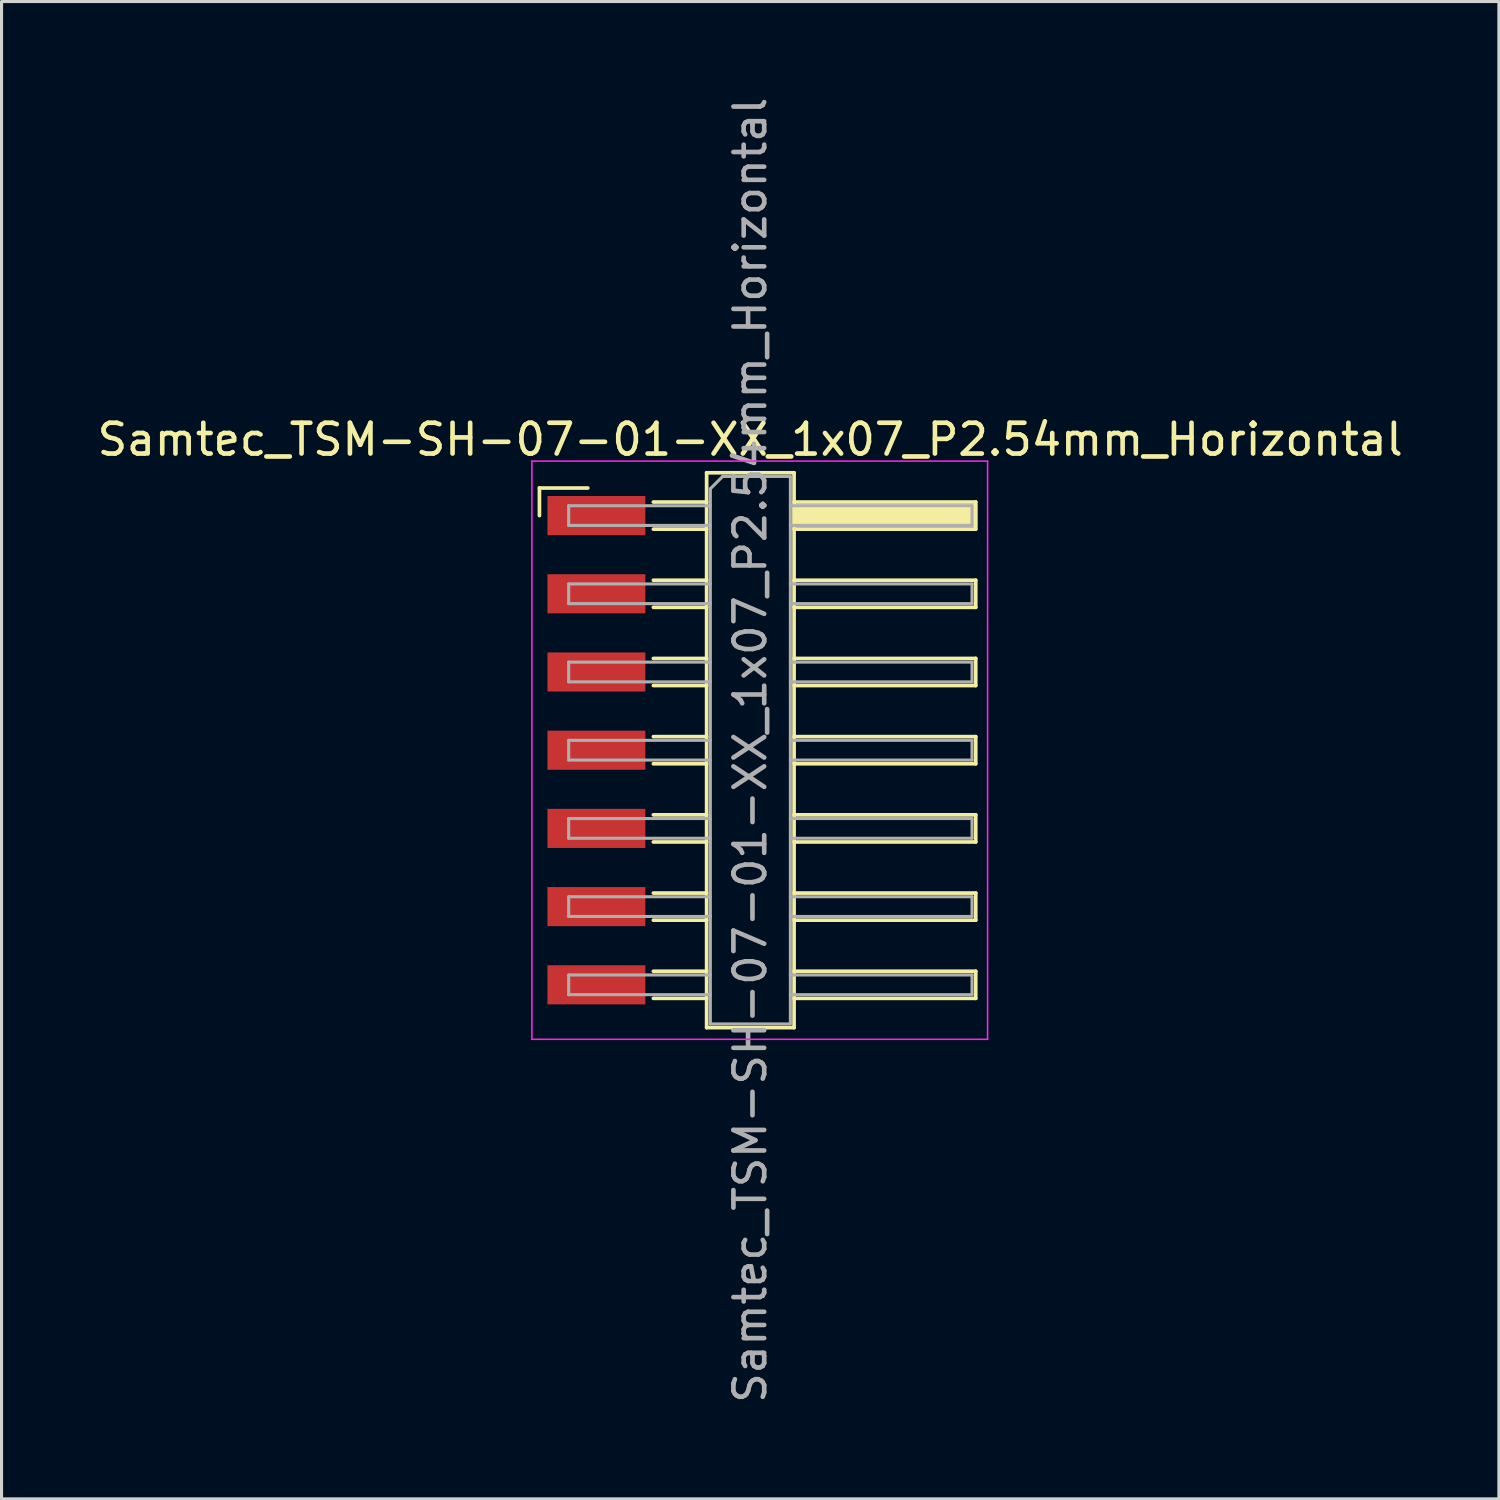
<source format=kicad_pcb>
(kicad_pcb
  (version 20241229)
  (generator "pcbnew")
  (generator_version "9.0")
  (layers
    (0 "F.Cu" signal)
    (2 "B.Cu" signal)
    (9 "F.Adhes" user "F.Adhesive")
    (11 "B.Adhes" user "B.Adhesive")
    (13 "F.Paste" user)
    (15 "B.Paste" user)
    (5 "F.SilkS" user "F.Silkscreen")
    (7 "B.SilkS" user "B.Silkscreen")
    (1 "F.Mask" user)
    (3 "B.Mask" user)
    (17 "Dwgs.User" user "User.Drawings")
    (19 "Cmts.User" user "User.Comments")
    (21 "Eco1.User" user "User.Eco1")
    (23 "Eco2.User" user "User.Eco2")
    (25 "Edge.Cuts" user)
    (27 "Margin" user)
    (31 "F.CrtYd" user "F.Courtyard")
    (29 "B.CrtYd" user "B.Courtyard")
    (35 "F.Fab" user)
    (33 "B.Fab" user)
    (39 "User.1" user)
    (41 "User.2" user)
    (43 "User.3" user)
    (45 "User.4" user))
  (footprint "Samtec_TSM-SH-07-01-XX_1x07_P2.54mm_Horizontal"
    (layer "F.Cu")
    (at 21.505 21.315)
    (property "Reference" "Samtec_TSM-SH-07-01-XX_1x07_P2.54mm_Horizontal" (at -0.19 -10.09 0) (layer "F.SilkS") (effects (font (size 1 1) (thickness 0.15))))
    (attr smd)
    (fp_line (start -7.035 -8.515) (end -5.465 -8.515) (stroke (width 0.12) (type solid)) (layer "F.SilkS"))
    (fp_line (start -7.035 -7.62) (end -7.035 -8.515) (stroke (width 0.12) (type solid)) (layer "F.SilkS"))
    (fp_line (start -3.335 -8.06) (end -1.605 -8.06) (stroke (width 0.12) (type solid)) (layer "F.SilkS"))
    (fp_line (start -3.335 -7.18) (end -1.605 -7.18) (stroke (width 0.12) (type solid)) (layer "F.SilkS"))
    (fp_line (start -3.335 -5.52) (end -1.605 -5.52) (stroke (width 0.12) (type solid)) (layer "F.SilkS"))
    (fp_line (start -3.335 -4.64) (end -1.605 -4.64) (stroke (width 0.12) (type solid)) (layer "F.SilkS"))
    (fp_line (start -3.335 -2.98) (end -1.605 -2.98) (stroke (width 0.12) (type solid)) (layer "F.SilkS"))
    (fp_line (start -3.335 -2.1) (end -1.605 -2.1) (stroke (width 0.12) (type solid)) (layer "F.SilkS"))
    (fp_line (start -3.335 -0.44) (end -1.605 -0.44) (stroke (width 0.12) (type solid)) (layer "F.SilkS"))
    (fp_line (start -3.335 0.44) (end -1.605 0.44) (stroke (width 0.12) (type solid)) (layer "F.SilkS"))
    (fp_line (start -3.335 2.1) (end -1.605 2.1) (stroke (width 0.12) (type solid)) (layer "F.SilkS"))
    (fp_line (start -3.335 2.98) (end -1.605 2.98) (stroke (width 0.12) (type solid)) (layer "F.SilkS"))
    (fp_line (start -3.335 4.64) (end -1.605 4.64) (stroke (width 0.12) (type solid)) (layer "F.SilkS"))
    (fp_line (start -3.335 5.52) (end -1.605 5.52) (stroke (width 0.12) (type solid)) (layer "F.SilkS"))
    (fp_line (start -3.335 7.18) (end -1.605 7.18) (stroke (width 0.12) (type solid)) (layer "F.SilkS"))
    (fp_line (start -3.335 8.06) (end -1.605 8.06) (stroke (width 0.12) (type solid)) (layer "F.SilkS"))
    (fp_line (start -1.605 -9.01) (end 1.235 -9.01) (stroke (width 0.12) (type solid)) (layer "F.SilkS"))
    (fp_line (start -1.605 9.01) (end -1.605 -9.01) (stroke (width 0.12) (type solid)) (layer "F.SilkS"))
    (fp_line (start 1.235 -9.01) (end 1.235 9.01) (stroke (width 0.12) (type solid)) (layer "F.SilkS"))
    (fp_line (start 1.235 -8.06) (end 7.135 -8.06) (stroke (width 0.12) (type solid)) (layer "F.SilkS"))
    (fp_line (start 1.235 -5.52) (end 7.135 -5.52) (stroke (width 0.12) (type solid)) (layer "F.SilkS"))
    (fp_line (start 1.235 -2.98) (end 7.135 -2.98) (stroke (width 0.12) (type solid)) (layer "F.SilkS"))
    (fp_line (start 1.235 -0.44) (end 7.135 -0.44) (stroke (width 0.12) (type solid)) (layer "F.SilkS"))
    (fp_line (start 1.235 2.1) (end 7.135 2.1) (stroke (width 0.12) (type solid)) (layer "F.SilkS"))
    (fp_line (start 1.235 4.64) (end 7.135 4.64) (stroke (width 0.12) (type solid)) (layer "F.SilkS"))
    (fp_line (start 1.235 7.18) (end 7.135 7.18) (stroke (width 0.12) (type solid)) (layer "F.SilkS"))
    (fp_line (start 1.235 9.01) (end -1.605 9.01) (stroke (width 0.12) (type solid)) (layer "F.SilkS"))
    (fp_line (start 7.135 -8.06) (end 7.135 -7.18) (stroke (width 0.12) (type solid)) (layer "F.SilkS"))
    (fp_line (start 7.135 -7.18) (end 1.235 -7.18) (stroke (width 0.12) (type solid)) (layer "F.SilkS"))
    (fp_line (start 7.135 -5.52) (end 7.135 -4.64) (stroke (width 0.12) (type solid)) (layer "F.SilkS"))
    (fp_line (start 7.135 -4.64) (end 1.235 -4.64) (stroke (width 0.12) (type solid)) (layer "F.SilkS"))
    (fp_line (start 7.135 -2.98) (end 7.135 -2.1) (stroke (width 0.12) (type solid)) (layer "F.SilkS"))
    (fp_line (start 7.135 -2.1) (end 1.235 -2.1) (stroke (width 0.12) (type solid)) (layer "F.SilkS"))
    (fp_line (start 7.135 -0.44) (end 7.135 0.44) (stroke (width 0.12) (type solid)) (layer "F.SilkS"))
    (fp_line (start 7.135 0.44) (end 1.235 0.44) (stroke (width 0.12) (type solid)) (layer "F.SilkS"))
    (fp_line (start 7.135 2.1) (end 7.135 2.98) (stroke (width 0.12) (type solid)) (layer "F.SilkS"))
    (fp_line (start 7.135 2.98) (end 1.235 2.98) (stroke (width 0.12) (type solid)) (layer "F.SilkS"))
    (fp_line (start 7.135 4.64) (end 7.135 5.52) (stroke (width 0.12) (type solid)) (layer "F.SilkS"))
    (fp_line (start 7.135 5.52) (end 1.235 5.52) (stroke (width 0.12) (type solid)) (layer "F.SilkS"))
    (fp_line (start 7.135 7.18) (end 7.135 8.06) (stroke (width 0.12) (type solid)) (layer "F.SilkS"))
    (fp_line (start 7.135 8.06) (end 1.235 8.06) (stroke (width 0.12) (type solid)) (layer "F.SilkS"))
    (fp_line (start -7.28 -9.39) (end 7.52 -9.39) (stroke (width 0.05) (type solid)) (layer "F.CrtYd"))
    (fp_line (start -7.28 9.39) (end -7.28 -9.39) (stroke (width 0.05) (type solid)) (layer "F.CrtYd"))
    (fp_line (start 7.52 -9.39) (end 7.52 9.39) (stroke (width 0.05) (type solid)) (layer "F.CrtYd"))
    (fp_line (start 7.52 9.39) (end -7.28 9.39) (stroke (width 0.05) (type solid)) (layer "F.CrtYd"))
    (fp_line (start -6.085 -7.94) (end -6.085 -7.3) (stroke (width 0.1) (type solid)) (layer "F.Fab"))
    (fp_line (start -6.085 -7.3) (end -1.485 -7.3) (stroke (width 0.1) (type solid)) (layer "F.Fab"))
    (fp_line (start -6.085 -5.4) (end -6.085 -4.76) (stroke (width 0.1) (type solid)) (layer "F.Fab"))
    (fp_line (start -6.085 -4.76) (end -1.485 -4.76) (stroke (width 0.1) (type solid)) (layer "F.Fab"))
    (fp_line (start -6.085 -2.86) (end -6.085 -2.22) (stroke (width 0.1) (type solid)) (layer "F.Fab"))
    (fp_line (start -6.085 -2.22) (end -1.485 -2.22) (stroke (width 0.1) (type solid)) (layer "F.Fab"))
    (fp_line (start -6.085 -0.32) (end -6.085 0.32) (stroke (width 0.1) (type solid)) (layer "F.Fab"))
    (fp_line (start -6.085 0.32) (end -1.485 0.32) (stroke (width 0.1) (type solid)) (layer "F.Fab"))
    (fp_line (start -6.085 2.22) (end -6.085 2.86) (stroke (width 0.1) (type solid)) (layer "F.Fab"))
    (fp_line (start -6.085 2.86) (end -1.485 2.86) (stroke (width 0.1) (type solid)) (layer "F.Fab"))
    (fp_line (start -6.085 4.76) (end -6.085 5.4) (stroke (width 0.1) (type solid)) (layer "F.Fab"))
    (fp_line (start -6.085 5.4) (end -1.485 5.4) (stroke (width 0.1) (type solid)) (layer "F.Fab"))
    (fp_line (start -6.085 7.3) (end -6.085 7.94) (stroke (width 0.1) (type solid)) (layer "F.Fab"))
    (fp_line (start -6.085 7.94) (end -1.485 7.94) (stroke (width 0.1) (type solid)) (layer "F.Fab"))
    (fp_line (start -1.485 -8.49) (end -1.085 -8.89) (stroke (width 0.1) (type solid)) (layer "F.Fab"))
    (fp_line (start -1.485 -7.94) (end -6.085 -7.94) (stroke (width 0.1) (type solid)) (layer "F.Fab"))
    (fp_line (start -1.485 -5.4) (end -6.085 -5.4) (stroke (width 0.1) (type solid)) (layer "F.Fab"))
    (fp_line (start -1.485 -2.86) (end -6.085 -2.86) (stroke (width 0.1) (type solid)) (layer "F.Fab"))
    (fp_line (start -1.485 -0.32) (end -6.085 -0.32) (stroke (width 0.1) (type solid)) (layer "F.Fab"))
    (fp_line (start -1.485 2.22) (end -6.085 2.22) (stroke (width 0.1) (type solid)) (layer "F.Fab"))
    (fp_line (start -1.485 4.76) (end -6.085 4.76) (stroke (width 0.1) (type solid)) (layer "F.Fab"))
    (fp_line (start -1.485 7.3) (end -6.085 7.3) (stroke (width 0.1) (type solid)) (layer "F.Fab"))
    (fp_line (start -1.485 8.89) (end -1.485 -8.49) (stroke (width 0.1) (type solid)) (layer "F.Fab"))
    (fp_line (start -1.085 -8.89) (end 1.115 -8.89) (stroke (width 0.1) (type solid)) (layer "F.Fab"))
    (fp_line (start 1.115 -8.89) (end 1.115 8.89) (stroke (width 0.1) (type solid)) (layer "F.Fab"))
    (fp_line (start 1.115 -7.94) (end 7.015 -7.94) (stroke (width 0.1) (type solid)) (layer "F.Fab"))
    (fp_line (start 1.115 -5.4) (end 7.015 -5.4) (stroke (width 0.1) (type solid)) (layer "F.Fab"))
    (fp_line (start 1.115 -2.86) (end 7.015 -2.86) (stroke (width 0.1) (type solid)) (layer "F.Fab"))
    (fp_line (start 1.115 -0.32) (end 7.015 -0.32) (stroke (width 0.1) (type solid)) (layer "F.Fab"))
    (fp_line (start 1.115 2.22) (end 7.015 2.22) (stroke (width 0.1) (type solid)) (layer "F.Fab"))
    (fp_line (start 1.115 4.76) (end 7.015 4.76) (stroke (width 0.1) (type solid)) (layer "F.Fab"))
    (fp_line (start 1.115 7.3) (end 7.015 7.3) (stroke (width 0.1) (type solid)) (layer "F.Fab"))
    (fp_line (start 1.115 8.89) (end -1.485 8.89) (stroke (width 0.1) (type solid)) (layer "F.Fab"))
    (fp_line (start 7.015 -7.94) (end 7.015 -7.3) (stroke (width 0.1) (type solid)) (layer "F.Fab"))
    (fp_line (start 7.015 -7.3) (end 1.115 -7.3) (stroke (width 0.1) (type solid)) (layer "F.Fab"))
    (fp_line (start 7.015 -5.4) (end 7.015 -4.76) (stroke (width 0.1) (type solid)) (layer "F.Fab"))
    (fp_line (start 7.015 -4.76) (end 1.115 -4.76) (stroke (width 0.1) (type solid)) (layer "F.Fab"))
    (fp_line (start 7.015 -2.86) (end 7.015 -2.22) (stroke (width 0.1) (type solid)) (layer "F.Fab"))
    (fp_line (start 7.015 -2.22) (end 1.115 -2.22) (stroke (width 0.1) (type solid)) (layer "F.Fab"))
    (fp_line (start 7.015 -0.32) (end 7.015 0.32) (stroke (width 0.1) (type solid)) (layer "F.Fab"))
    (fp_line (start 7.015 0.32) (end 1.115 0.32) (stroke (width 0.1) (type solid)) (layer "F.Fab"))
    (fp_line (start 7.015 2.22) (end 7.015 2.86) (stroke (width 0.1) (type solid)) (layer "F.Fab"))
    (fp_line (start 7.015 2.86) (end 1.115 2.86) (stroke (width 0.1) (type solid)) (layer "F.Fab"))
    (fp_line (start 7.015 4.76) (end 7.015 5.4) (stroke (width 0.1) (type solid)) (layer "F.Fab"))
    (fp_line (start 7.015 5.4) (end 1.115 5.4) (stroke (width 0.1) (type solid)) (layer "F.Fab"))
    (fp_line (start 7.015 7.3) (end 7.015 7.94) (stroke (width 0.1) (type solid)) (layer "F.Fab"))
    (fp_line (start 7.015 7.94) (end 1.115 7.94) (stroke (width 0.1) (type solid)) (layer "F.Fab"))
    (fp_text user "${REFERENCE}" (at -0.19 0 90) (layer "F.Fab") (effects (font (size 1 1) (thickness 0.15))))
    (pad "" smd rect (at 4.185 -7.62) (size 6 0.76) (layers "F.SilkS"))
    (pad "1" smd rect (at -5.185 -7.62) (size 3.18 1.27) (layers "F.Cu" "F.Mask" "F.Paste"))
    (pad "2" smd rect (at -5.185 -5.08) (size 3.18 1.27) (layers "F.Cu" "F.Mask" "F.Paste"))
    (pad "3" smd rect (at -5.185 -2.54) (size 3.18 1.27) (layers "F.Cu" "F.Mask" "F.Paste"))
    (pad "4" smd rect (at -5.185 0) (size 3.18 1.27) (layers "F.Cu" "F.Mask" "F.Paste"))
    (pad "5" smd rect (at -5.185 2.54) (size 3.18 1.27) (layers "F.Cu" "F.Mask" "F.Paste"))
    (pad "6" smd rect (at -5.185 5.08) (size 3.18 1.27) (layers "F.Cu" "F.Mask" "F.Paste"))
    (pad "7" smd rect (at -5.185 7.62) (size 3.18 1.27) (layers "F.Cu" "F.Mask" "F.Paste")))
  (gr_rect
    (start -3 -3)
    (end 45.631 45.631)
    (stroke (width 0.1) (type default))
    (fill no)
    (layer "Edge.Cuts")))
</source>
